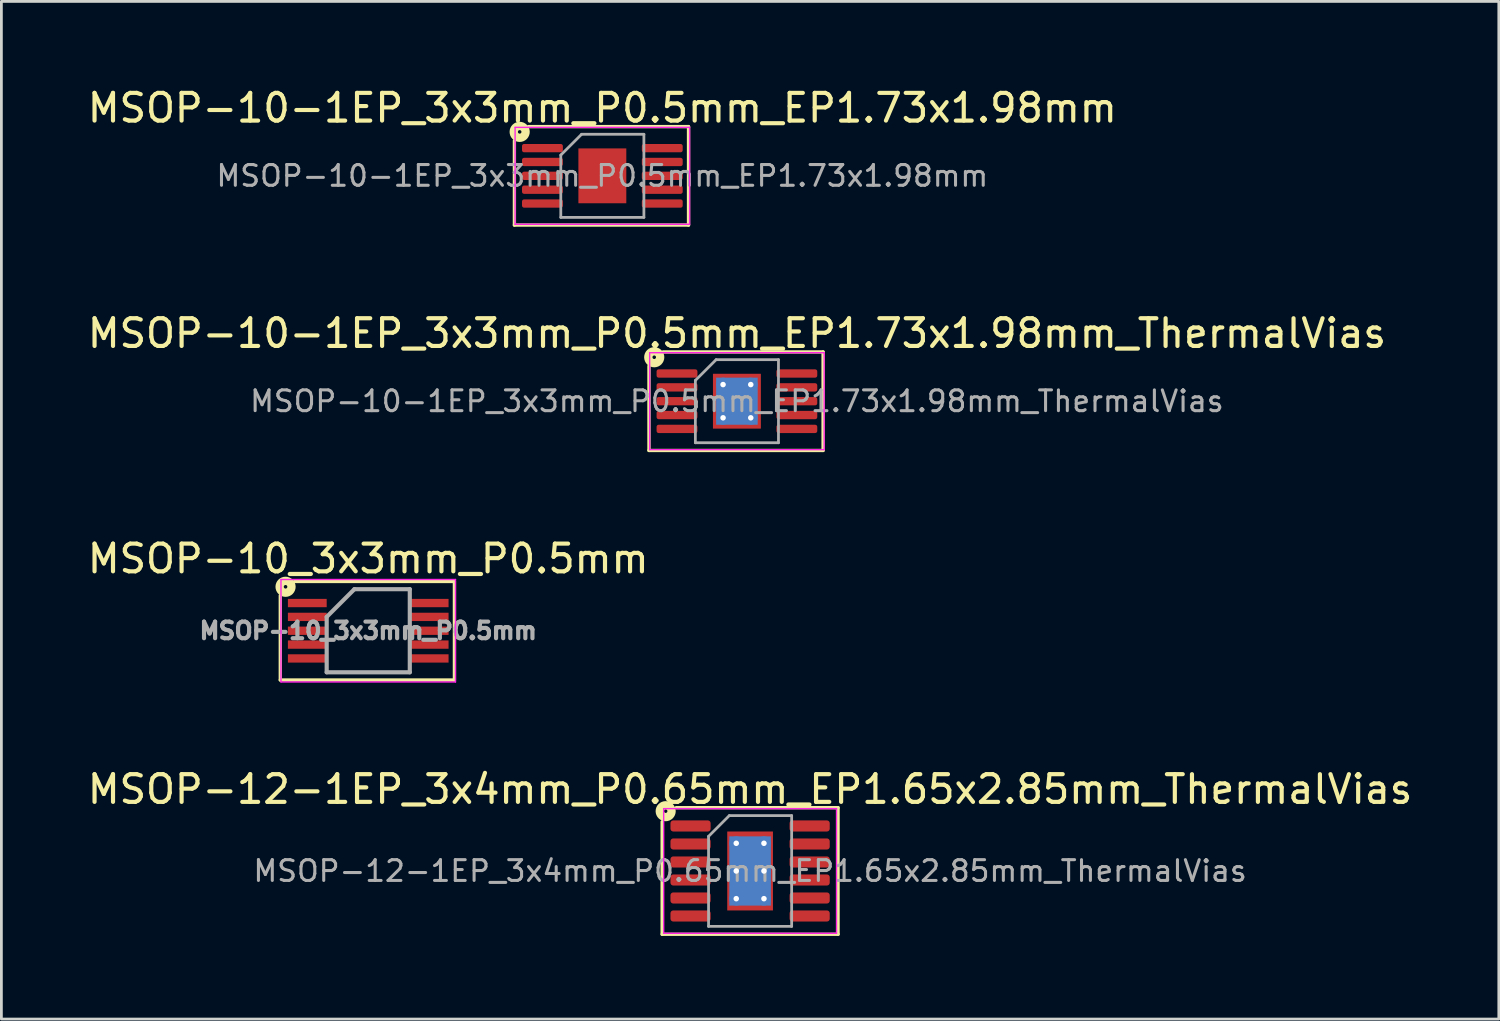
<source format=kicad_pcb>
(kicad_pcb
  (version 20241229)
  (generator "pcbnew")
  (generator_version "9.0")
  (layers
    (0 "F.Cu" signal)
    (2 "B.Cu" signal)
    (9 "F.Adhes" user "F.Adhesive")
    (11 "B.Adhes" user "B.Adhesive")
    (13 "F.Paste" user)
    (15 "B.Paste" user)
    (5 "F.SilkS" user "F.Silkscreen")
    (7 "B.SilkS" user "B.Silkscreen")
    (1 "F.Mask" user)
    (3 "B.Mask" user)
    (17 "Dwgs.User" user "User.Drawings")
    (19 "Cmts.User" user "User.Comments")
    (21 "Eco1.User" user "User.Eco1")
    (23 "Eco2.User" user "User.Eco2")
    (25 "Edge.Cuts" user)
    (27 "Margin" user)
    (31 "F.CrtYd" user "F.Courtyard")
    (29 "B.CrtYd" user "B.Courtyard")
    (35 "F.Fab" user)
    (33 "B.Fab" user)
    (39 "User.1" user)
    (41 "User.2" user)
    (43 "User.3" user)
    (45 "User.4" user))
  (footprint "MSOP-10-1EP_3x3mm_P0.5mm_EP1.73x1.98mm"
    (layer "F.Cu")
    (at 18.696 3.298)
    (property "Reference" "MSOP-10-1EP_3x3mm_P0.5mm_EP1.73x1.98mm" (at 0 -2.45 0) (layer "F.SilkS") (effects (font (size 1 1) (thickness 0.15))))
    (attr smd)
    (fp_line (start -3.175 1.778) (end -3.175 -1.27) (stroke (width 0.12) (type solid)) (layer "F.SilkS"))
    (fp_line (start -2.667 -1.778) (end 3.111 -1.778) (stroke (width 0.12) (type solid)) (layer "F.SilkS"))
    (fp_line (start 3.111 -1.778) (end 3.111 1.778) (stroke (width 0.12) (type solid)) (layer "F.SilkS"))
    (fp_line (start 3.111 1.778) (end -3.175 1.778) (stroke (width 0.12) (type solid)) (layer "F.SilkS"))
    (fp_circle (center -2.985 -1.587) (end -2.921 -1.587) (stroke (width 0.3) (type solid)) (fill no) (layer "F.SilkS"))
    (fp_line (start -3.15 -1.75) (end -3.15 1.75) (stroke (width 0.05) (type solid)) (layer "F.CrtYd"))
    (fp_line (start -3.15 1.75) (end 3.15 1.75) (stroke (width 0.05) (type solid)) (layer "F.CrtYd"))
    (fp_line (start 3.15 -1.75) (end -3.15 -1.75) (stroke (width 0.05) (type solid)) (layer "F.CrtYd"))
    (fp_line (start 3.15 1.75) (end 3.15 -1.75) (stroke (width 0.05) (type solid)) (layer "F.CrtYd"))
    (fp_line (start -1.5 -0.75) (end -0.75 -1.5) (stroke (width 0.1) (type solid)) (layer "F.Fab"))
    (fp_line (start -1.5 1.5) (end -1.5 -0.75) (stroke (width 0.1) (type solid)) (layer "F.Fab"))
    (fp_line (start -0.75 -1.5) (end 1.5 -1.5) (stroke (width 0.1) (type solid)) (layer "F.Fab"))
    (fp_line (start 1.5 -1.5) (end 1.5 1.5) (stroke (width 0.1) (type solid)) (layer "F.Fab"))
    (fp_line (start 1.5 1.5) (end -1.5 1.5) (stroke (width 0.1) (type solid)) (layer "F.Fab"))
    (fp_text user "${REFERENCE}" (at 0 0 0) (layer "F.Fab") (effects (font (size 0.75 0.75) (thickness 0.11))))
    (pad "" smd roundrect (at -0.43 -0.495) (size 0.7 0.8) (layers "F.Paste") (roundrect_rratio 0.25))
    (pad "" smd roundrect (at -0.43 0.495) (size 0.7 0.8) (layers "F.Paste") (roundrect_rratio 0.25))
    (pad "" smd roundrect (at 0.43 -0.495) (size 0.7 0.8) (layers "F.Paste") (roundrect_rratio 0.25))
    (pad "" smd roundrect (at 0.43 0.495) (size 0.7 0.8) (layers "F.Paste") (roundrect_rratio 0.25))
    (pad "1" smd roundrect (at -2.163 -1) (size 1.475 0.3) (layers "F.Cu" "F.Mask" "F.Paste") (roundrect_rratio 0.25))
    (pad "2" smd roundrect (at -2.163 -0.5) (size 1.475 0.3) (layers "F.Cu" "F.Mask" "F.Paste") (roundrect_rratio 0.25))
    (pad "3" smd roundrect (at -2.163 0) (size 1.475 0.3) (layers "F.Cu" "F.Mask" "F.Paste") (roundrect_rratio 0.25))
    (pad "4" smd roundrect (at -2.163 0.5) (size 1.475 0.3) (layers "F.Cu" "F.Mask" "F.Paste") (roundrect_rratio 0.25))
    (pad "5" smd roundrect (at -2.163 1) (size 1.475 0.3) (layers "F.Cu" "F.Mask" "F.Paste") (roundrect_rratio 0.25))
    (pad "6" smd roundrect (at 2.163 1) (size 1.475 0.3) (layers "F.Cu" "F.Mask" "F.Paste") (roundrect_rratio 0.25))
    (pad "7" smd roundrect (at 2.163 0.5) (size 1.475 0.3) (layers "F.Cu" "F.Mask" "F.Paste") (roundrect_rratio 0.25))
    (pad "8" smd roundrect (at 2.163 0) (size 1.475 0.3) (layers "F.Cu" "F.Mask" "F.Paste") (roundrect_rratio 0.25))
    (pad "9" smd roundrect (at 2.163 -0.5) (size 1.475 0.3) (layers "F.Cu" "F.Mask" "F.Paste") (roundrect_rratio 0.25))
    (pad "10" smd roundrect (at 2.163 -1) (size 1.475 0.3) (layers "F.Cu" "F.Mask" "F.Paste") (roundrect_rratio 0.25))
    (pad "11" smd rect (at 0 0) (size 1.73 1.98) (layers "F.Cu" "F.Mask")))
  (footprint "MSOP-12-1EP_3x4mm_P0.65mm_EP1.65x2.85mm_ThermalVias"
    (layer "F.Cu")
    (at 24.03 28.394)
    (property "Reference" "MSOP-12-1EP_3x4mm_P0.65mm_EP1.65x2.85mm_ThermalVias" (at 0 -2.95 0) (layer "F.SilkS") (effects (font (size 1 1) (thickness 0.15))))
    (attr smd)
    (fp_line (start -3.175 2.286) (end -3.175 -1.778) (stroke (width 0.12) (type solid)) (layer "F.SilkS"))
    (fp_line (start -2.667 -2.286) (end 3.111 -2.286) (stroke (width 0.12) (type solid)) (layer "F.SilkS"))
    (fp_line (start 3.111 -2.286) (end 3.175 -2.286) (stroke (width 0.12) (type solid)) (layer "F.SilkS"))
    (fp_line (start 3.175 -2.286) (end 3.175 2.286) (stroke (width 0.12) (type solid)) (layer "F.SilkS"))
    (fp_line (start 3.175 2.286) (end -3.175 2.286) (stroke (width 0.12) (type solid)) (layer "F.SilkS"))
    (fp_circle (center -3.048 -2.159) (end -2.985 -2.159) (stroke (width 0.3) (type solid)) (fill no) (layer "F.SilkS"))
    (fp_line (start -3.12 -2.25) (end -3.12 2.25) (stroke (width 0.05) (type solid)) (layer "F.CrtYd"))
    (fp_line (start -3.12 2.25) (end 3.12 2.25) (stroke (width 0.05) (type solid)) (layer "F.CrtYd"))
    (fp_line (start 3.12 -2.25) (end -3.12 -2.25) (stroke (width 0.05) (type solid)) (layer "F.CrtYd"))
    (fp_line (start 3.12 2.25) (end 3.12 -2.25) (stroke (width 0.05) (type solid)) (layer "F.CrtYd"))
    (fp_line (start -1.5 -1.25) (end -0.75 -2) (stroke (width 0.1) (type solid)) (layer "F.Fab"))
    (fp_line (start -1.5 2) (end -1.5 -1.25) (stroke (width 0.1) (type solid)) (layer "F.Fab"))
    (fp_line (start -0.75 -2) (end 1.5 -2) (stroke (width 0.1) (type solid)) (layer "F.Fab"))
    (fp_line (start 1.5 -2) (end 1.5 2) (stroke (width 0.1) (type solid)) (layer "F.Fab"))
    (fp_line (start 1.5 2) (end -1.5 2) (stroke (width 0.1) (type solid)) (layer "F.Fab"))
    (fp_text user "${REFERENCE}" (at 0 0 0) (layer "F.Fab") (effects (font (size 0.75 0.75) (thickness 0.11))))
    (pad "" smd roundrect (at -0.41 -0.71) (size 0.69 1.19) (layers "F.Paste") (roundrect_rratio 0.25))
    (pad "" smd roundrect (at -0.41 0.71) (size 0.69 1.19) (layers "F.Paste") (roundrect_rratio 0.25))
    (pad "" smd roundrect (at 0.41 -0.71) (size 0.69 1.19) (layers "F.Paste") (roundrect_rratio 0.25))
    (pad "" smd roundrect (at 0.41 0.71) (size 0.69 1.19) (layers "F.Paste") (roundrect_rratio 0.25))
    (pad "1" smd roundrect (at -2.15 -1.625) (size 1.45 0.4) (layers "F.Cu" "F.Mask" "F.Paste") (roundrect_rratio 0.25))
    (pad "2" smd roundrect (at -2.15 -0.975) (size 1.45 0.4) (layers "F.Cu" "F.Mask" "F.Paste") (roundrect_rratio 0.25))
    (pad "3" smd roundrect (at -2.15 -0.325) (size 1.45 0.4) (layers "F.Cu" "F.Mask" "F.Paste") (roundrect_rratio 0.25))
    (pad "4" smd roundrect (at -2.15 0.325) (size 1.45 0.4) (layers "F.Cu" "F.Mask" "F.Paste") (roundrect_rratio 0.25))
    (pad "5" smd roundrect (at -2.15 0.975) (size 1.45 0.4) (layers "F.Cu" "F.Mask" "F.Paste") (roundrect_rratio 0.25))
    (pad "6" smd roundrect (at -2.15 1.625) (size 1.45 0.4) (layers "F.Cu" "F.Mask" "F.Paste") (roundrect_rratio 0.25))
    (pad "7" smd roundrect (at 2.15 1.625) (size 1.45 0.4) (layers "F.Cu" "F.Mask" "F.Paste") (roundrect_rratio 0.25))
    (pad "8" smd roundrect (at 2.15 0.975) (size 1.45 0.4) (layers "F.Cu" "F.Mask" "F.Paste") (roundrect_rratio 0.25))
    (pad "9" smd roundrect (at 2.15 0.325) (size 1.45 0.4) (layers "F.Cu" "F.Mask" "F.Paste") (roundrect_rratio 0.25))
    (pad "10" smd roundrect (at 2.15 -0.325) (size 1.45 0.4) (layers "F.Cu" "F.Mask" "F.Paste") (roundrect_rratio 0.25))
    (pad "11" smd roundrect (at 2.15 -0.975) (size 1.45 0.4) (layers "F.Cu" "F.Mask" "F.Paste") (roundrect_rratio 0.25))
    (pad "12" smd roundrect (at 2.15 -1.625) (size 1.45 0.4) (layers "F.Cu" "F.Mask" "F.Paste") (roundrect_rratio 0.25))
    (pad "13" thru_hole circle (at -0.5 -1) (size 0.5 0.5) (drill 0.2) (layers "*.Cu"))
    (pad "13" thru_hole circle (at -0.5 0) (size 0.5 0.5) (drill 0.2) (layers "*.Cu"))
    (pad "13" thru_hole circle (at -0.5 1) (size 0.5 0.5) (drill 0.2) (layers "*.Cu"))
    (pad "13" smd rect (at 0 0) (size 1.5 2.5) (layers "B.Cu" "B.Mask"))
    (pad "13" smd rect (at 0 0) (size 1.65 2.85) (layers "F.Cu" "F.Mask"))
    (pad "13" thru_hole circle (at 0.5 -1) (size 0.5 0.5) (drill 0.2) (layers "*.Cu"))
    (pad "13" thru_hole circle (at 0.5 0) (size 0.5 0.5) (drill 0.2) (layers "*.Cu"))
    (pad "13" thru_hole circle (at 0.5 1) (size 0.5 0.5) (drill 0.2) (layers "*.Cu")))
  (footprint "MSOP-10_3x3mm_P0.5mm"
    (layer "F.Cu")
    (at 10.244 19.721)
    (property "Reference" "MSOP-10_3x3mm_P0.5mm" (at 0 -2.6 0) (layer "F.SilkS") (effects (font (size 1 1) (thickness 0.15))))
    (attr smd)
    (fp_line (start -3.175 1.778) (end -3.175 -1.27) (stroke (width 0.12) (type solid)) (layer "F.SilkS"))
    (fp_line (start -2.667 -1.778) (end 3.111 -1.778) (stroke (width 0.12) (type solid)) (layer "F.SilkS"))
    (fp_line (start 3.111 -1.778) (end 3.111 1.778) (stroke (width 0.12) (type solid)) (layer "F.SilkS"))
    (fp_line (start 3.111 1.778) (end -3.175 1.778) (stroke (width 0.12) (type solid)) (layer "F.SilkS"))
    (fp_circle (center -2.985 -1.587) (end -2.921 -1.587) (stroke (width 0.3) (type solid)) (fill no) (layer "F.SilkS"))
    (fp_line (start -3.15 -1.85) (end -3.15 1.85) (stroke (width 0.05) (type solid)) (layer "F.CrtYd"))
    (fp_line (start -3.15 -1.85) (end 3.15 -1.85) (stroke (width 0.05) (type solid)) (layer "F.CrtYd"))
    (fp_line (start -3.15 1.85) (end 3.15 1.85) (stroke (width 0.05) (type solid)) (layer "F.CrtYd"))
    (fp_line (start 3.15 -1.85) (end 3.15 1.85) (stroke (width 0.05) (type solid)) (layer "F.CrtYd"))
    (fp_line (start -1.5 -0.5) (end -0.5 -1.5) (stroke (width 0.15) (type solid)) (layer "F.Fab"))
    (fp_line (start -1.5 1.5) (end -1.5 -0.5) (stroke (width 0.15) (type solid)) (layer "F.Fab"))
    (fp_line (start -0.5 -1.5) (end 1.5 -1.5) (stroke (width 0.15) (type solid)) (layer "F.Fab"))
    (fp_line (start 1.5 -1.5) (end 1.5 1.5) (stroke (width 0.15) (type solid)) (layer "F.Fab"))
    (fp_line (start 1.5 1.5) (end -1.5 1.5) (stroke (width 0.15) (type solid)) (layer "F.Fab"))
    (fp_text user "${REFERENCE}" (at 0 0 0) (layer "F.Fab") (effects (font (size 0.6 0.6) (thickness 0.15))))
    (pad "1" smd rect (at -2.2 -1) (size 1.4 0.3) (layers "F.Cu" "F.Mask" "F.Paste"))
    (pad "2" smd rect (at -2.2 -0.5) (size 1.4 0.3) (layers "F.Cu" "F.Mask" "F.Paste"))
    (pad "3" smd rect (at -2.2 0) (size 1.4 0.3) (layers "F.Cu" "F.Mask" "F.Paste"))
    (pad "4" smd rect (at -2.2 0.5) (size 1.4 0.3) (layers "F.Cu" "F.Mask" "F.Paste"))
    (pad "5" smd rect (at -2.2 1) (size 1.4 0.3) (layers "F.Cu" "F.Mask" "F.Paste"))
    (pad "6" smd rect (at 2.2 1) (size 1.4 0.3) (layers "F.Cu" "F.Mask" "F.Paste"))
    (pad "7" smd rect (at 2.2 0.5) (size 1.4 0.3) (layers "F.Cu" "F.Mask" "F.Paste"))
    (pad "8" smd rect (at 2.2 0) (size 1.4 0.3) (layers "F.Cu" "F.Mask" "F.Paste"))
    (pad "9" smd rect (at 2.2 -0.5) (size 1.4 0.3) (layers "F.Cu" "F.Mask" "F.Paste"))
    (pad "10" smd rect (at 2.2 -1) (size 1.4 0.3) (layers "F.Cu" "F.Mask" "F.Paste")))
  (footprint "MSOP-10-1EP_3x3mm_P0.5mm_EP1.73x1.98mm_ThermalVias"
    (layer "F.Cu")
    (at 23.554 11.434)
    (property "Reference" "MSOP-10-1EP_3x3mm_P0.5mm_EP1.73x1.98mm_ThermalVias" (at 0 -2.45 0) (layer "F.SilkS") (effects (font (size 1 1) (thickness 0.15))))
    (attr smd)
    (fp_line (start -3.175 1.778) (end -3.175 -1.27) (stroke (width 0.12) (type solid)) (layer "F.SilkS"))
    (fp_line (start -2.667 -1.778) (end 3.111 -1.778) (stroke (width 0.12) (type solid)) (layer "F.SilkS"))
    (fp_line (start 3.111 -1.778) (end 3.111 1.778) (stroke (width 0.12) (type solid)) (layer "F.SilkS"))
    (fp_line (start 3.111 1.778) (end -3.175 1.778) (stroke (width 0.12) (type solid)) (layer "F.SilkS"))
    (fp_circle (center -2.985 -1.587) (end -2.921 -1.587) (stroke (width 0.3) (type solid)) (fill no) (layer "F.SilkS"))
    (fp_line (start -3.15 -1.75) (end -3.15 1.75) (stroke (width 0.05) (type solid)) (layer "F.CrtYd"))
    (fp_line (start -3.15 1.75) (end 3.15 1.75) (stroke (width 0.05) (type solid)) (layer "F.CrtYd"))
    (fp_line (start 3.15 -1.75) (end -3.15 -1.75) (stroke (width 0.05) (type solid)) (layer "F.CrtYd"))
    (fp_line (start 3.15 1.75) (end 3.15 -1.75) (stroke (width 0.05) (type solid)) (layer "F.CrtYd"))
    (fp_line (start -1.5 -0.75) (end -0.75 -1.5) (stroke (width 0.1) (type solid)) (layer "F.Fab"))
    (fp_line (start -1.5 1.5) (end -1.5 -0.75) (stroke (width 0.1) (type solid)) (layer "F.Fab"))
    (fp_line (start -0.75 -1.5) (end 1.5 -1.5) (stroke (width 0.1) (type solid)) (layer "F.Fab"))
    (fp_line (start 1.5 -1.5) (end 1.5 1.5) (stroke (width 0.1) (type solid)) (layer "F.Fab"))
    (fp_line (start 1.5 1.5) (end -1.5 1.5) (stroke (width 0.1) (type solid)) (layer "F.Fab"))
    (fp_text user "${REFERENCE}" (at 0 0 0) (layer "F.Fab") (effects (font (size 0.75 0.75) (thickness 0.11))))
    (pad "" smd roundrect (at -0.43 -0.495) (size 0.72 0.83) (layers "F.Paste") (roundrect_rratio 0.25))
    (pad "" smd roundrect (at -0.43 0.495) (size 0.72 0.83) (layers "F.Paste") (roundrect_rratio 0.25))
    (pad "" smd roundrect (at 0.43 -0.495) (size 0.72 0.83) (layers "F.Paste") (roundrect_rratio 0.25))
    (pad "" smd roundrect (at 0.43 0.495) (size 0.72 0.83) (layers "F.Paste") (roundrect_rratio 0.25))
    (pad "1" smd roundrect (at -2.163 -1) (size 1.475 0.3) (layers "F.Cu" "F.Mask" "F.Paste") (roundrect_rratio 0.25))
    (pad "2" smd roundrect (at -2.163 -0.5) (size 1.475 0.3) (layers "F.Cu" "F.Mask" "F.Paste") (roundrect_rratio 0.25))
    (pad "3" smd roundrect (at -2.163 0) (size 1.475 0.3) (layers "F.Cu" "F.Mask" "F.Paste") (roundrect_rratio 0.25))
    (pad "4" smd roundrect (at -2.163 0.5) (size 1.475 0.3) (layers "F.Cu" "F.Mask" "F.Paste") (roundrect_rratio 0.25))
    (pad "5" smd roundrect (at -2.163 1) (size 1.475 0.3) (layers "F.Cu" "F.Mask" "F.Paste") (roundrect_rratio 0.25))
    (pad "6" smd roundrect (at 2.163 1) (size 1.475 0.3) (layers "F.Cu" "F.Mask" "F.Paste") (roundrect_rratio 0.25))
    (pad "7" smd roundrect (at 2.163 0.5) (size 1.475 0.3) (layers "F.Cu" "F.Mask" "F.Paste") (roundrect_rratio 0.25))
    (pad "8" smd roundrect (at 2.163 0) (size 1.475 0.3) (layers "F.Cu" "F.Mask" "F.Paste") (roundrect_rratio 0.25))
    (pad "9" smd roundrect (at 2.163 -0.5) (size 1.475 0.3) (layers "F.Cu" "F.Mask" "F.Paste") (roundrect_rratio 0.25))
    (pad "10" smd roundrect (at 2.163 -1) (size 1.475 0.3) (layers "F.Cu" "F.Mask" "F.Paste") (roundrect_rratio 0.25))
    (pad "11" thru_hole circle (at -0.5 -0.6) (size 0.5 0.5) (drill 0.2) (layers "*.Cu"))
    (pad "11" thru_hole circle (at -0.5 0.6) (size 0.5 0.5) (drill 0.2) (layers "*.Cu"))
    (pad "11" smd rect (at 0 0) (size 1.5 1.7) (layers "B.Cu" "B.Mask"))
    (pad "11" smd rect (at 0 0) (size 1.73 1.98) (layers "F.Cu" "F.Mask"))
    (pad "11" thru_hole circle (at 0.5 -0.6) (size 0.5 0.5) (drill 0.2) (layers "*.Cu"))
    (pad "11" thru_hole circle (at 0.5 0.6) (size 0.5 0.5) (drill 0.2) (layers "*.Cu")))
  (gr_rect
    (start -3 -3)
    (end 51.06 33.74)
    (stroke (width 0.1) (type default))
    (fill no)
    (layer "Edge.Cuts")))
</source>
